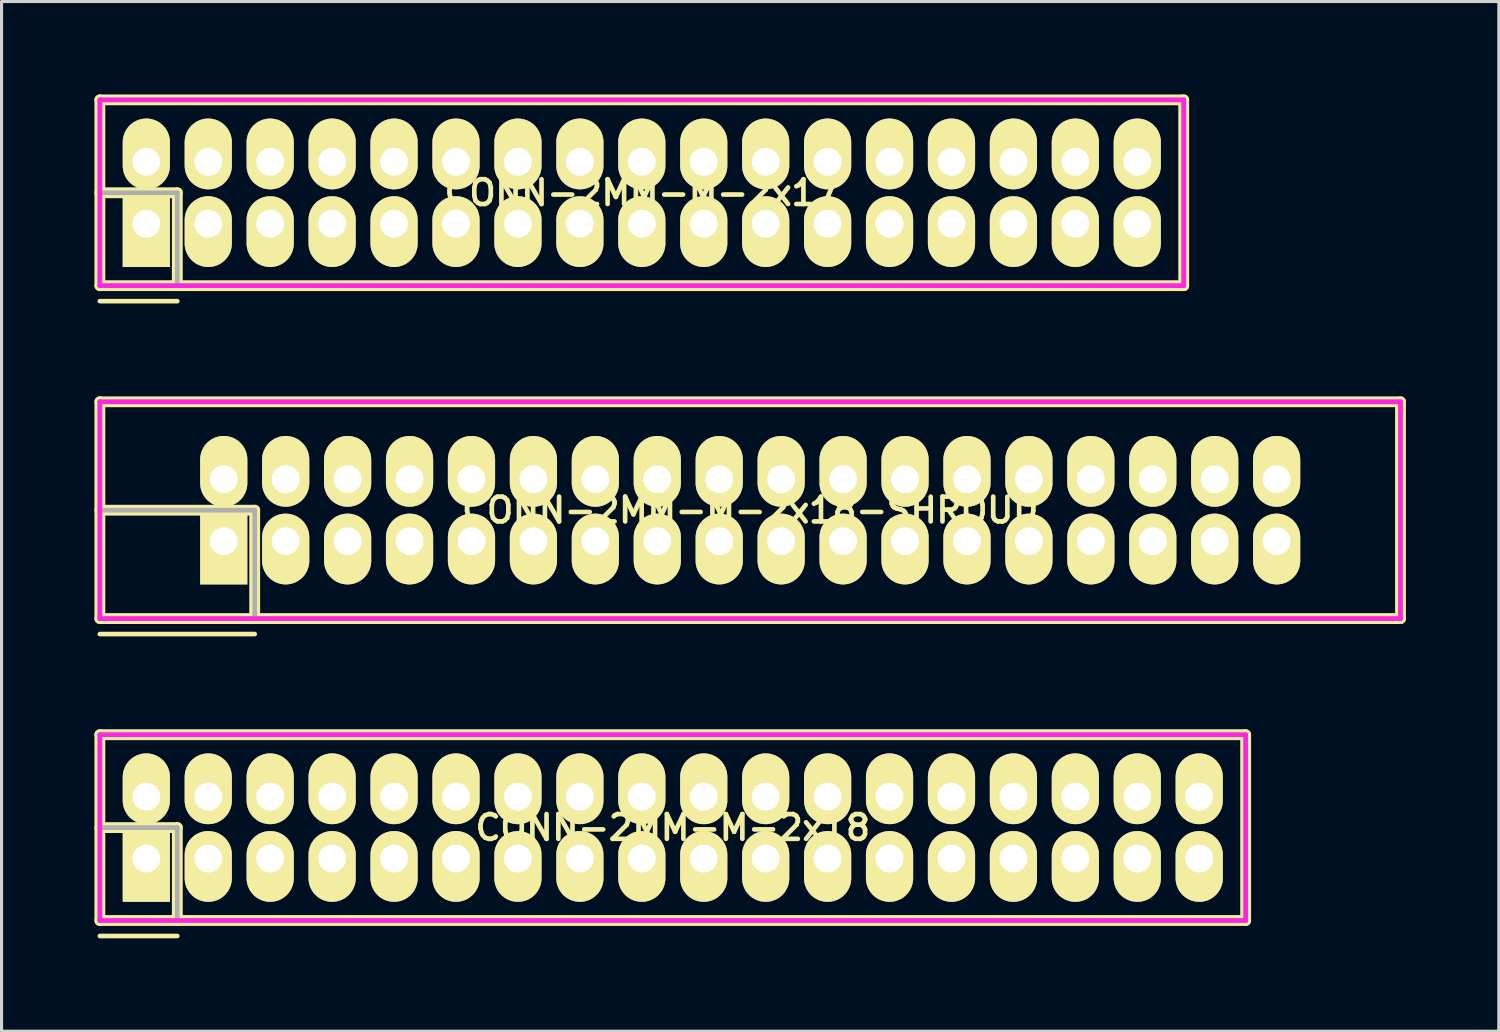
<source format=kicad_pcb>
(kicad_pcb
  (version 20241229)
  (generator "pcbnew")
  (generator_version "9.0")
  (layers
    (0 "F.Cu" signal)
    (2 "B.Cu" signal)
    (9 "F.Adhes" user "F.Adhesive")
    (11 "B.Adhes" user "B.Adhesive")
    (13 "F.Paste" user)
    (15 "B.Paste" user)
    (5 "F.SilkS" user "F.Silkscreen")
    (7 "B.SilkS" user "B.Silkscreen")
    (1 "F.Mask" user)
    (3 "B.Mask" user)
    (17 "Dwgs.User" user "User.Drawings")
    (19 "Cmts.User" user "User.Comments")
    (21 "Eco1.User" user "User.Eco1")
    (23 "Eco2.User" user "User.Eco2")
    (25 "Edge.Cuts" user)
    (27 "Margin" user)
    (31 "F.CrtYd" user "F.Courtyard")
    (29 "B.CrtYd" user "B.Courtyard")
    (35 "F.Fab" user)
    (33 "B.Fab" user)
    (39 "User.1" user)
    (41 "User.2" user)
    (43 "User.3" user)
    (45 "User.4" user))
  (footprint "CONN-2MM-M-2x18"
    (layer "F.Cu")
    (at 18.675 23.675)
    (property "Reference" "CONN-2MM-M-2x18" (at 0 0 0) (layer "F.SilkS") (effects (font (size 0.8 0.8) (thickness 0.15))))
    (attr through_hole)
    (fp_line (start -18.5 -3) (end 18.5 -3) (stroke (width 0.35) (type solid)) (layer "F.SilkS"))
    (fp_line (start -18.5 0) (end -16 0) (stroke (width 0.35) (type solid)) (layer "F.SilkS"))
    (fp_line (start -18.5 3) (end -18.5 -3) (stroke (width 0.35) (type solid)) (layer "F.SilkS"))
    (fp_line (start -18.5 3.5) (end -16 3.5) (stroke (width 0.15) (type solid)) (layer "F.SilkS"))
    (fp_line (start -16 0) (end -16 3) (stroke (width 0.35) (type solid)) (layer "F.SilkS"))
    (fp_line (start 18.5 -3) (end 18.5 3) (stroke (width 0.35) (type solid)) (layer "F.SilkS"))
    (fp_line (start 18.5 3) (end -18.5 3) (stroke (width 0.35) (type solid)) (layer "F.SilkS"))
    (fp_line (start -18.5 -3) (end 18.5 -3) (stroke (width 0.15) (type solid)) (layer "F.CrtYd"))
    (fp_line (start -18.5 3) (end -18.5 -3) (stroke (width 0.15) (type solid)) (layer "F.CrtYd"))
    (fp_line (start 18.5 -3) (end 18.5 3) (stroke (width 0.15) (type solid)) (layer "F.CrtYd"))
    (fp_line (start 18.5 3) (end -18.5 3) (stroke (width 0.15) (type solid)) (layer "F.CrtYd"))
    (fp_line (start -18.5 -3) (end 18.5 -3) (stroke (width 0.15) (type solid)) (layer "F.Fab"))
    (fp_line (start -18.5 0) (end -16 0) (stroke (width 0.15) (type solid)) (layer "F.Fab"))
    (fp_line (start -18.5 3) (end -18.5 -3) (stroke (width 0.15) (type solid)) (layer "F.Fab"))
    (fp_line (start -16 0) (end -16 3) (stroke (width 0.15) (type solid)) (layer "F.Fab"))
    (fp_line (start 18.5 -3) (end 18.5 3) (stroke (width 0.15) (type solid)) (layer "F.Fab"))
    (fp_line (start 18.5 3) (end -18.5 3) (stroke (width 0.15) (type solid)) (layer "F.Fab"))
    (pad "1" thru_hole rect (at -17 1) (size 1.524 2.286) (drill 0.9 (offset 0 0.254)) (layers "*.Cu" "*.Mask" "F.SilkS"))
    (pad "2" thru_hole oval (at -17 -1) (size 1.524 2.286) (drill 0.9 (offset 0 -0.254)) (layers "*.Cu" "*.Mask" "F.SilkS"))
    (pad "3" thru_hole oval (at -15 1) (size 1.524 2.286) (drill 0.9 (offset 0 0.254)) (layers "*.Cu" "*.Mask" "F.SilkS"))
    (pad "4" thru_hole oval (at -15 -1) (size 1.524 2.286) (drill 0.9 (offset 0 -0.254)) (layers "*.Cu" "*.Mask" "F.SilkS"))
    (pad "5" thru_hole oval (at -13 1) (size 1.524 2.286) (drill 0.9 (offset 0 0.254)) (layers "*.Cu" "*.Mask" "F.SilkS"))
    (pad "6" thru_hole oval (at -13 -1) (size 1.524 2.286) (drill 0.9 (offset 0 -0.254)) (layers "*.Cu" "*.Mask" "F.SilkS"))
    (pad "7" thru_hole oval (at -11 1) (size 1.524 2.286) (drill 0.9 (offset 0 0.254)) (layers "*.Cu" "*.Mask" "F.SilkS"))
    (pad "8" thru_hole oval (at -11 -1) (size 1.524 2.286) (drill 0.9 (offset 0 -0.254)) (layers "*.Cu" "*.Mask" "F.SilkS"))
    (pad "9" thru_hole oval (at -9 1) (size 1.524 2.286) (drill 0.9 (offset 0 0.254)) (layers "*.Cu" "*.Mask" "F.SilkS"))
    (pad "10" thru_hole oval (at -9 -1) (size 1.524 2.286) (drill 0.9 (offset 0 -0.254)) (layers "*.Cu" "*.Mask" "F.SilkS"))
    (pad "11" thru_hole oval (at -7 1) (size 1.524 2.286) (drill 0.9 (offset 0 0.254)) (layers "*.Cu" "*.Mask" "F.SilkS"))
    (pad "12" thru_hole oval (at -7 -1) (size 1.524 2.286) (drill 0.9 (offset 0 -0.254)) (layers "*.Cu" "*.Mask" "F.SilkS"))
    (pad "13" thru_hole oval (at -5 1) (size 1.524 2.286) (drill 0.9 (offset 0 0.254)) (layers "*.Cu" "*.Mask" "F.SilkS"))
    (pad "14" thru_hole oval (at -5 -1) (size 1.524 2.286) (drill 0.9 (offset 0 -0.254)) (layers "*.Cu" "*.Mask" "F.SilkS"))
    (pad "15" thru_hole oval (at -3 1) (size 1.524 2.286) (drill 0.9 (offset 0 0.254)) (layers "*.Cu" "*.Mask" "F.SilkS"))
    (pad "16" thru_hole oval (at -3 -1) (size 1.524 2.286) (drill 0.9 (offset 0 -0.254)) (layers "*.Cu" "*.Mask" "F.SilkS"))
    (pad "17" thru_hole oval (at -1 1) (size 1.524 2.286) (drill 0.9 (offset 0 0.254)) (layers "*.Cu" "*.Mask" "F.SilkS"))
    (pad "18" thru_hole oval (at -1 -1) (size 1.524 2.286) (drill 0.9 (offset 0 -0.254)) (layers "*.Cu" "*.Mask" "F.SilkS"))
    (pad "19" thru_hole oval (at 1 1) (size 1.524 2.286) (drill 0.9 (offset 0 0.254)) (layers "*.Cu" "*.Mask" "F.SilkS"))
    (pad "20" thru_hole oval (at 1 -1) (size 1.524 2.286) (drill 0.9 (offset 0 -0.254)) (layers "*.Cu" "*.Mask" "F.SilkS"))
    (pad "21" thru_hole oval (at 3 1) (size 1.524 2.286) (drill 0.9 (offset 0 0.254)) (layers "*.Cu" "*.Mask" "F.SilkS"))
    (pad "22" thru_hole oval (at 3 -1) (size 1.524 2.286) (drill 0.9 (offset 0 -0.254)) (layers "*.Cu" "*.Mask" "F.SilkS"))
    (pad "23" thru_hole oval (at 5 1) (size 1.524 2.286) (drill 0.9 (offset 0 0.254)) (layers "*.Cu" "*.Mask" "F.SilkS"))
    (pad "24" thru_hole oval (at 5 -1) (size 1.524 2.286) (drill 0.9 (offset 0 -0.254)) (layers "*.Cu" "*.Mask" "F.SilkS"))
    (pad "25" thru_hole oval (at 7 1) (size 1.524 2.286) (drill 0.9 (offset 0 0.254)) (layers "*.Cu" "*.Mask" "F.SilkS"))
    (pad "26" thru_hole oval (at 7 -1) (size 1.524 2.286) (drill 0.9 (offset 0 -0.254)) (layers "*.Cu" "*.Mask" "F.SilkS"))
    (pad "27" thru_hole oval (at 9 1) (size 1.524 2.286) (drill 0.9 (offset 0 0.254)) (layers "*.Cu" "*.Mask" "F.SilkS"))
    (pad "28" thru_hole oval (at 9 -1) (size 1.524 2.286) (drill 0.9 (offset 0 -0.254)) (layers "*.Cu" "*.Mask" "F.SilkS"))
    (pad "29" thru_hole oval (at 11 1) (size 1.524 2.286) (drill 0.9 (offset 0 0.254)) (layers "*.Cu" "*.Mask" "F.SilkS"))
    (pad "30" thru_hole oval (at 11 -1) (size 1.524 2.286) (drill 0.9 (offset 0 -0.254)) (layers "*.Cu" "*.Mask" "F.SilkS"))
    (pad "31" thru_hole oval (at 13 1) (size 1.524 2.286) (drill 0.9 (offset 0 0.254)) (layers "*.Cu" "*.Mask" "F.SilkS"))
    (pad "32" thru_hole oval (at 13 -1) (size 1.524 2.286) (drill 0.9 (offset 0 -0.254)) (layers "*.Cu" "*.Mask" "F.SilkS"))
    (pad "33" thru_hole oval (at 15 1) (size 1.524 2.286) (drill 0.9 (offset 0 0.254)) (layers "*.Cu" "*.Mask" "F.SilkS"))
    (pad "34" thru_hole oval (at 15 -1) (size 1.524 2.286) (drill 0.9 (offset 0 -0.254)) (layers "*.Cu" "*.Mask" "F.SilkS"))
    (pad "35" thru_hole oval (at 17 1) (size 1.524 2.286) (drill 0.9 (offset 0 0.254)) (layers "*.Cu" "*.Mask" "F.SilkS"))
    (pad "36" thru_hole oval (at 17 -1) (size 1.524 2.286) (drill 0.9 (offset 0 -0.254)) (layers "*.Cu" "*.Mask" "F.SilkS")))
  (footprint "CONN-2MM-M-2x18-SHROUD"
    (layer "F.Cu")
    (at 21.175 13.425)
    (property "Reference" "CONN-2MM-M-2x18-SHROUD" (at 0 0 0) (layer "F.SilkS") (effects (font (size 0.8 0.8) (thickness 0.15))))
    (attr through_hole)
    (fp_line (start -21 -3.5) (end 21 -3.5) (stroke (width 0.35) (type solid)) (layer "F.SilkS"))
    (fp_line (start -21 0) (end -16 0) (stroke (width 0.35) (type solid)) (layer "F.SilkS"))
    (fp_line (start -21 3.5) (end -21 -3.5) (stroke (width 0.35) (type solid)) (layer "F.SilkS"))
    (fp_line (start -21 4) (end -16 4) (stroke (width 0.15) (type solid)) (layer "F.SilkS"))
    (fp_line (start -16 0) (end -16 3.5) (stroke (width 0.35) (type solid)) (layer "F.SilkS"))
    (fp_line (start 21 -3.5) (end 21 3.5) (stroke (width 0.35) (type solid)) (layer "F.SilkS"))
    (fp_line (start 21 3.5) (end -21 3.5) (stroke (width 0.35) (type solid)) (layer "F.SilkS"))
    (fp_line (start -21 -3.5) (end 21 -3.5) (stroke (width 0.15) (type solid)) (layer "F.CrtYd"))
    (fp_line (start -21 3.5) (end -21 -3.5) (stroke (width 0.15) (type solid)) (layer "F.CrtYd"))
    (fp_line (start 21 -3.5) (end 21 3.5) (stroke (width 0.15) (type solid)) (layer "F.CrtYd"))
    (fp_line (start 21 3.5) (end -21 3.5) (stroke (width 0.15) (type solid)) (layer "F.CrtYd"))
    (fp_line (start -21 -3.5) (end 21 -3.5) (stroke (width 0.15) (type solid)) (layer "F.Fab"))
    (fp_line (start -21 0) (end -16 0) (stroke (width 0.15) (type solid)) (layer "F.Fab"))
    (fp_line (start -21 3.5) (end -21 -3.5) (stroke (width 0.15) (type solid)) (layer "F.Fab"))
    (fp_line (start -16 0) (end -16 3.5) (stroke (width 0.15) (type solid)) (layer "F.Fab"))
    (fp_line (start 21 -3.5) (end 21 3.5) (stroke (width 0.15) (type solid)) (layer "F.Fab"))
    (fp_line (start 21 3.5) (end -21 3.5) (stroke (width 0.15) (type solid)) (layer "F.Fab"))
    (pad "1" thru_hole rect (at -17 1) (size 1.524 2.286) (drill 0.9 (offset 0 0.254)) (layers "*.Cu" "*.Mask" "F.SilkS"))
    (pad "2" thru_hole oval (at -17 -1) (size 1.524 2.286) (drill 0.9 (offset 0 -0.254)) (layers "*.Cu" "*.Mask" "F.SilkS"))
    (pad "3" thru_hole oval (at -15 1) (size 1.524 2.286) (drill 0.9 (offset 0 0.254)) (layers "*.Cu" "*.Mask" "F.SilkS"))
    (pad "4" thru_hole oval (at -15 -1) (size 1.524 2.286) (drill 0.9 (offset 0 -0.254)) (layers "*.Cu" "*.Mask" "F.SilkS"))
    (pad "5" thru_hole oval (at -13 1) (size 1.524 2.286) (drill 0.9 (offset 0 0.254)) (layers "*.Cu" "*.Mask" "F.SilkS"))
    (pad "6" thru_hole oval (at -13 -1) (size 1.524 2.286) (drill 0.9 (offset 0 -0.254)) (layers "*.Cu" "*.Mask" "F.SilkS"))
    (pad "7" thru_hole oval (at -11 1) (size 1.524 2.286) (drill 0.9 (offset 0 0.254)) (layers "*.Cu" "*.Mask" "F.SilkS"))
    (pad "8" thru_hole oval (at -11 -1) (size 1.524 2.286) (drill 0.9 (offset 0 -0.254)) (layers "*.Cu" "*.Mask" "F.SilkS"))
    (pad "9" thru_hole oval (at -9 1) (size 1.524 2.286) (drill 0.9 (offset 0 0.254)) (layers "*.Cu" "*.Mask" "F.SilkS"))
    (pad "10" thru_hole oval (at -9 -1) (size 1.524 2.286) (drill 0.9 (offset 0 -0.254)) (layers "*.Cu" "*.Mask" "F.SilkS"))
    (pad "11" thru_hole oval (at -7 1) (size 1.524 2.286) (drill 0.9 (offset 0 0.254)) (layers "*.Cu" "*.Mask" "F.SilkS"))
    (pad "12" thru_hole oval (at -7 -1) (size 1.524 2.286) (drill 0.9 (offset 0 -0.254)) (layers "*.Cu" "*.Mask" "F.SilkS"))
    (pad "13" thru_hole oval (at -5 1) (size 1.524 2.286) (drill 0.9 (offset 0 0.254)) (layers "*.Cu" "*.Mask" "F.SilkS"))
    (pad "14" thru_hole oval (at -5 -1) (size 1.524 2.286) (drill 0.9 (offset 0 -0.254)) (layers "*.Cu" "*.Mask" "F.SilkS"))
    (pad "15" thru_hole oval (at -3 1) (size 1.524 2.286) (drill 0.9 (offset 0 0.254)) (layers "*.Cu" "*.Mask" "F.SilkS"))
    (pad "16" thru_hole oval (at -3 -1) (size 1.524 2.286) (drill 0.9 (offset 0 -0.254)) (layers "*.Cu" "*.Mask" "F.SilkS"))
    (pad "17" thru_hole oval (at -1 1) (size 1.524 2.286) (drill 0.9 (offset 0 0.254)) (layers "*.Cu" "*.Mask" "F.SilkS"))
    (pad "18" thru_hole oval (at -1 -1) (size 1.524 2.286) (drill 0.9 (offset 0 -0.254)) (layers "*.Cu" "*.Mask" "F.SilkS"))
    (pad "19" thru_hole oval (at 1 1) (size 1.524 2.286) (drill 0.9 (offset 0 0.254)) (layers "*.Cu" "*.Mask" "F.SilkS"))
    (pad "20" thru_hole oval (at 1 -1) (size 1.524 2.286) (drill 0.9 (offset 0 -0.254)) (layers "*.Cu" "*.Mask" "F.SilkS"))
    (pad "21" thru_hole oval (at 3 1) (size 1.524 2.286) (drill 0.9 (offset 0 0.254)) (layers "*.Cu" "*.Mask" "F.SilkS"))
    (pad "22" thru_hole oval (at 3 -1) (size 1.524 2.286) (drill 0.9 (offset 0 -0.254)) (layers "*.Cu" "*.Mask" "F.SilkS"))
    (pad "23" thru_hole oval (at 5 1) (size 1.524 2.286) (drill 0.9 (offset 0 0.254)) (layers "*.Cu" "*.Mask" "F.SilkS"))
    (pad "24" thru_hole oval (at 5 -1) (size 1.524 2.286) (drill 0.9 (offset 0 -0.254)) (layers "*.Cu" "*.Mask" "F.SilkS"))
    (pad "25" thru_hole oval (at 7 1) (size 1.524 2.286) (drill 0.9 (offset 0 0.254)) (layers "*.Cu" "*.Mask" "F.SilkS"))
    (pad "26" thru_hole oval (at 7 -1) (size 1.524 2.286) (drill 0.9 (offset 0 -0.254)) (layers "*.Cu" "*.Mask" "F.SilkS"))
    (pad "27" thru_hole oval (at 9 1) (size 1.524 2.286) (drill 0.9 (offset 0 0.254)) (layers "*.Cu" "*.Mask" "F.SilkS"))
    (pad "28" thru_hole oval (at 9 -1) (size 1.524 2.286) (drill 0.9 (offset 0 -0.254)) (layers "*.Cu" "*.Mask" "F.SilkS"))
    (pad "29" thru_hole oval (at 11 1) (size 1.524 2.286) (drill 0.9 (offset 0 0.254)) (layers "*.Cu" "*.Mask" "F.SilkS"))
    (pad "30" thru_hole oval (at 11 -1) (size 1.524 2.286) (drill 0.9 (offset 0 -0.254)) (layers "*.Cu" "*.Mask" "F.SilkS"))
    (pad "31" thru_hole oval (at 13 1) (size 1.524 2.286) (drill 0.9 (offset 0 0.254)) (layers "*.Cu" "*.Mask" "F.SilkS"))
    (pad "32" thru_hole oval (at 13 -1) (size 1.524 2.286) (drill 0.9 (offset 0 -0.254)) (layers "*.Cu" "*.Mask" "F.SilkS"))
    (pad "33" thru_hole oval (at 15 1) (size 1.524 2.286) (drill 0.9 (offset 0 0.254)) (layers "*.Cu" "*.Mask" "F.SilkS"))
    (pad "34" thru_hole oval (at 15 -1) (size 1.524 2.286) (drill 0.9 (offset 0 -0.254)) (layers "*.Cu" "*.Mask" "F.SilkS"))
    (pad "35" thru_hole oval (at 17 1) (size 1.524 2.286) (drill 0.9 (offset 0 0.254)) (layers "*.Cu" "*.Mask" "F.SilkS"))
    (pad "36" thru_hole oval (at 17 -1) (size 1.524 2.286) (drill 0.9 (offset 0 -0.254)) (layers "*.Cu" "*.Mask" "F.SilkS")))
  (footprint "CONN-2MM-M-2x17"
    (layer "F.Cu")
    (at 17.675 3.175)
    (property "Reference" "CONN-2MM-M-2x17" (at 0 0 0) (layer "F.SilkS") (effects (font (size 0.8 0.8) (thickness 0.15))))
    (attr through_hole)
    (fp_line (start -17.5 -3) (end 17.5 -3) (stroke (width 0.35) (type solid)) (layer "F.SilkS"))
    (fp_line (start -17.5 0) (end -15 0) (stroke (width 0.35) (type solid)) (layer "F.SilkS"))
    (fp_line (start -17.5 3) (end -17.5 -3) (stroke (width 0.35) (type solid)) (layer "F.SilkS"))
    (fp_line (start -17.5 3.5) (end -15 3.5) (stroke (width 0.15) (type solid)) (layer "F.SilkS"))
    (fp_line (start -15 0) (end -15 3) (stroke (width 0.35) (type solid)) (layer "F.SilkS"))
    (fp_line (start 17.5 -3) (end 17.5 3) (stroke (width 0.35) (type solid)) (layer "F.SilkS"))
    (fp_line (start 17.5 3) (end -17.5 3) (stroke (width 0.35) (type solid)) (layer "F.SilkS"))
    (fp_line (start -17.5 -3) (end 17.5 -3) (stroke (width 0.15) (type solid)) (layer "F.CrtYd"))
    (fp_line (start -17.5 3) (end -17.5 -3) (stroke (width 0.15) (type solid)) (layer "F.CrtYd"))
    (fp_line (start 17.5 -3) (end 17.5 3) (stroke (width 0.15) (type solid)) (layer "F.CrtYd"))
    (fp_line (start 17.5 3) (end -17.5 3) (stroke (width 0.15) (type solid)) (layer "F.CrtYd"))
    (fp_line (start -17.5 -3) (end 17.5 -3) (stroke (width 0.15) (type solid)) (layer "F.Fab"))
    (fp_line (start -17.5 0) (end -15 0) (stroke (width 0.15) (type solid)) (layer "F.Fab"))
    (fp_line (start -17.5 3) (end -17.5 -3) (stroke (width 0.15) (type solid)) (layer "F.Fab"))
    (fp_line (start -15 0) (end -15 3) (stroke (width 0.15) (type solid)) (layer "F.Fab"))
    (fp_line (start 17.5 -3) (end 17.5 3) (stroke (width 0.15) (type solid)) (layer "F.Fab"))
    (fp_line (start 17.5 3) (end -17.5 3) (stroke (width 0.15) (type solid)) (layer "F.Fab"))
    (pad "1" thru_hole rect (at -16 1) (size 1.524 2.286) (drill 0.9 (offset 0 0.254)) (layers "*.Cu" "*.Mask" "F.SilkS"))
    (pad "2" thru_hole oval (at -16 -1) (size 1.524 2.286) (drill 0.9 (offset 0 -0.254)) (layers "*.Cu" "*.Mask" "F.SilkS"))
    (pad "3" thru_hole oval (at -14 1) (size 1.524 2.286) (drill 0.9 (offset 0 0.254)) (layers "*.Cu" "*.Mask" "F.SilkS"))
    (pad "4" thru_hole oval (at -14 -1) (size 1.524 2.286) (drill 0.9 (offset 0 -0.254)) (layers "*.Cu" "*.Mask" "F.SilkS"))
    (pad "5" thru_hole oval (at -12 1) (size 1.524 2.286) (drill 0.9 (offset 0 0.254)) (layers "*.Cu" "*.Mask" "F.SilkS"))
    (pad "6" thru_hole oval (at -12 -1) (size 1.524 2.286) (drill 0.9 (offset 0 -0.254)) (layers "*.Cu" "*.Mask" "F.SilkS"))
    (pad "7" thru_hole oval (at -10 1) (size 1.524 2.286) (drill 0.9 (offset 0 0.254)) (layers "*.Cu" "*.Mask" "F.SilkS"))
    (pad "8" thru_hole oval (at -10 -1) (size 1.524 2.286) (drill 0.9 (offset 0 -0.254)) (layers "*.Cu" "*.Mask" "F.SilkS"))
    (pad "9" thru_hole oval (at -8 1) (size 1.524 2.286) (drill 0.9 (offset 0 0.254)) (layers "*.Cu" "*.Mask" "F.SilkS"))
    (pad "10" thru_hole oval (at -8 -1) (size 1.524 2.286) (drill 0.9 (offset 0 -0.254)) (layers "*.Cu" "*.Mask" "F.SilkS"))
    (pad "11" thru_hole oval (at -6 1) (size 1.524 2.286) (drill 0.9 (offset 0 0.254)) (layers "*.Cu" "*.Mask" "F.SilkS"))
    (pad "12" thru_hole oval (at -6 -1) (size 1.524 2.286) (drill 0.9 (offset 0 -0.254)) (layers "*.Cu" "*.Mask" "F.SilkS"))
    (pad "13" thru_hole oval (at -4 1) (size 1.524 2.286) (drill 0.9 (offset 0 0.254)) (layers "*.Cu" "*.Mask" "F.SilkS"))
    (pad "14" thru_hole oval (at -4 -1) (size 1.524 2.286) (drill 0.9 (offset 0 -0.254)) (layers "*.Cu" "*.Mask" "F.SilkS"))
    (pad "15" thru_hole oval (at -2 1) (size 1.524 2.286) (drill 0.9 (offset 0 0.254)) (layers "*.Cu" "*.Mask" "F.SilkS"))
    (pad "16" thru_hole oval (at -2 -1) (size 1.524 2.286) (drill 0.9 (offset 0 -0.254)) (layers "*.Cu" "*.Mask" "F.SilkS"))
    (pad "17" thru_hole oval (at 0 1) (size 1.524 2.286) (drill 0.9 (offset 0 0.254)) (layers "*.Cu" "*.Mask" "F.SilkS"))
    (pad "18" thru_hole oval (at 0 -1) (size 1.524 2.286) (drill 0.9 (offset 0 -0.254)) (layers "*.Cu" "*.Mask" "F.SilkS"))
    (pad "19" thru_hole oval (at 2 1) (size 1.524 2.286) (drill 0.9 (offset 0 0.254)) (layers "*.Cu" "*.Mask" "F.SilkS"))
    (pad "20" thru_hole oval (at 2 -1) (size 1.524 2.286) (drill 0.9 (offset 0 -0.254)) (layers "*.Cu" "*.Mask" "F.SilkS"))
    (pad "21" thru_hole oval (at 4 1) (size 1.524 2.286) (drill 0.9 (offset 0 0.254)) (layers "*.Cu" "*.Mask" "F.SilkS"))
    (pad "22" thru_hole oval (at 4 -1) (size 1.524 2.286) (drill 0.9 (offset 0 -0.254)) (layers "*.Cu" "*.Mask" "F.SilkS"))
    (pad "23" thru_hole oval (at 6 1) (size 1.524 2.286) (drill 0.9 (offset 0 0.254)) (layers "*.Cu" "*.Mask" "F.SilkS"))
    (pad "24" thru_hole oval (at 6 -1) (size 1.524 2.286) (drill 0.9 (offset 0 -0.254)) (layers "*.Cu" "*.Mask" "F.SilkS"))
    (pad "25" thru_hole oval (at 8 1) (size 1.524 2.286) (drill 0.9 (offset 0 0.254)) (layers "*.Cu" "*.Mask" "F.SilkS"))
    (pad "26" thru_hole oval (at 8 -1) (size 1.524 2.286) (drill 0.9 (offset 0 -0.254)) (layers "*.Cu" "*.Mask" "F.SilkS"))
    (pad "27" thru_hole oval (at 10 1) (size 1.524 2.286) (drill 0.9 (offset 0 0.254)) (layers "*.Cu" "*.Mask" "F.SilkS"))
    (pad "28" thru_hole oval (at 10 -1) (size 1.524 2.286) (drill 0.9 (offset 0 -0.254)) (layers "*.Cu" "*.Mask" "F.SilkS"))
    (pad "29" thru_hole oval (at 12 1) (size 1.524 2.286) (drill 0.9 (offset 0 0.254)) (layers "*.Cu" "*.Mask" "F.SilkS"))
    (pad "30" thru_hole oval (at 12 -1) (size 1.524 2.286) (drill 0.9 (offset 0 -0.254)) (layers "*.Cu" "*.Mask" "F.SilkS"))
    (pad "31" thru_hole oval (at 14 1) (size 1.524 2.286) (drill 0.9 (offset 0 0.254)) (layers "*.Cu" "*.Mask" "F.SilkS"))
    (pad "32" thru_hole oval (at 14 -1) (size 1.524 2.286) (drill 0.9 (offset 0 -0.254)) (layers "*.Cu" "*.Mask" "F.SilkS"))
    (pad "33" thru_hole oval (at 16 1) (size 1.524 2.286) (drill 0.9 (offset 0 0.254)) (layers "*.Cu" "*.Mask" "F.SilkS"))
    (pad "34" thru_hole oval (at 16 -1) (size 1.524 2.286) (drill 0.9 (offset 0 -0.254)) (layers "*.Cu" "*.Mask" "F.SilkS")))
  (gr_rect
    (start -3 -3)
    (end 45.35 30.25)
    (stroke (width 0.1) (type default))
    (fill no)
    (layer "Edge.Cuts")))
</source>
